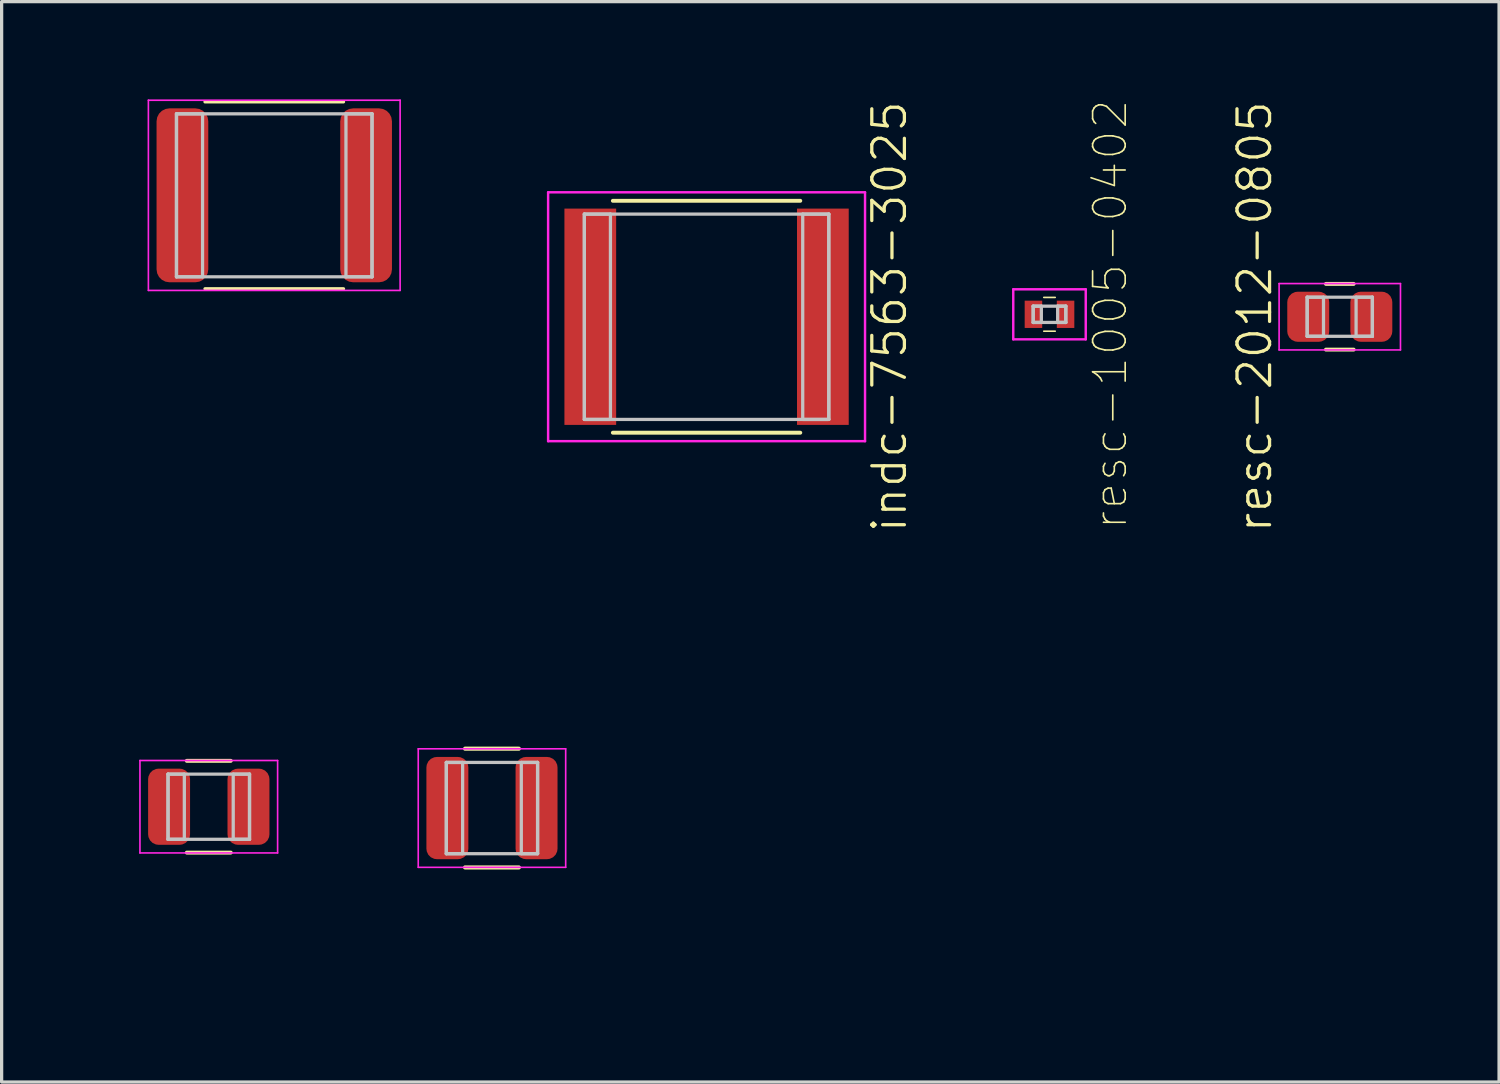
<source format=kicad_pcb>
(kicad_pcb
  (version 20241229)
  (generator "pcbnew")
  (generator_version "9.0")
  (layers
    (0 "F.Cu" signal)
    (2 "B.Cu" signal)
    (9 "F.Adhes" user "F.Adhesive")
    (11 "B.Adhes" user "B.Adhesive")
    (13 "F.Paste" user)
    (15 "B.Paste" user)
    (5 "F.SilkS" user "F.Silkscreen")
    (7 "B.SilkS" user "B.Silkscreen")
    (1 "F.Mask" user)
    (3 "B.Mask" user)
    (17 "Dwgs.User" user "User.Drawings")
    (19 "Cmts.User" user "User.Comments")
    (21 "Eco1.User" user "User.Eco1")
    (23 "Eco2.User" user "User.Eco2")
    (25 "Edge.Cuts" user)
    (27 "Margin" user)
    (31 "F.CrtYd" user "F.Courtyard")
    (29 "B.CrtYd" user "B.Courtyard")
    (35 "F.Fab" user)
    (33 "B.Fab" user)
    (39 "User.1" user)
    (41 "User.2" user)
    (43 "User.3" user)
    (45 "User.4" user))
  (footprint "indc-7563-3025"
    (layer "F.Cu")
    (at 18.63 6.669)
    (property "Reference" "indc-7563-3025" (at 5.612 0 90) (layer "F.SilkS") (effects (font (size 1 1) (thickness 0.1))))
    (attr through_hole)
    (fp_line (start -2.875 -3.558) (end 2.875 -3.558) (stroke (width 0.12) (type solid)) (layer "F.SilkS"))
    (fp_line (start -2.875 3.558) (end 2.875 3.558) (stroke (width 0.12) (type solid)) (layer "F.SilkS"))
    (fp_line (start -3.75 -3.15) (end -3.75 3.15) (stroke (width 0.1) (type solid)) (layer "Dwgs.User"))
    (fp_line (start -3.75 -3.15) (end -3.75 3.15) (stroke (width 0.1) (type solid)) (layer "Dwgs.User"))
    (fp_line (start -3.75 3.15) (end -2.95 3.15) (stroke (width 0.1) (type solid)) (layer "Dwgs.User"))
    (fp_line (start -3.75 3.15) (end 3.75 3.15) (stroke (width 0.1) (type solid)) (layer "Dwgs.User"))
    (fp_line (start -2.95 -3.15) (end -3.75 -3.15) (stroke (width 0.1) (type solid)) (layer "Dwgs.User"))
    (fp_line (start -2.95 3.15) (end -2.95 -3.15) (stroke (width 0.1) (type solid)) (layer "Dwgs.User"))
    (fp_line (start 2.95 -3.15) (end 2.95 3.15) (stroke (width 0.1) (type solid)) (layer "Dwgs.User"))
    (fp_line (start 2.95 3.15) (end 3.75 3.15) (stroke (width 0.1) (type solid)) (layer "Dwgs.User"))
    (fp_line (start 3.75 -3.15) (end -3.75 -3.15) (stroke (width 0.1) (type solid)) (layer "Dwgs.User"))
    (fp_line (start 3.75 -3.15) (end 2.95 -3.15) (stroke (width 0.1) (type solid)) (layer "Dwgs.User"))
    (fp_line (start 3.75 3.15) (end 3.75 -3.15) (stroke (width 0.1) (type solid)) (layer "Dwgs.User"))
    (fp_line (start 3.75 3.15) (end 3.75 -3.15) (stroke (width 0.1) (type solid)) (layer "Dwgs.User"))
    (fp_line (start -4.862 -3.818) (end -4.862 3.818) (stroke (width 0.075) (type solid)) (layer "F.CrtYd"))
    (fp_line (start -4.862 3.818) (end 4.862 3.818) (stroke (width 0.075) (type solid)) (layer "F.CrtYd"))
    (fp_line (start 4.862 -3.818) (end -4.862 -3.818) (stroke (width 0.075) (type solid)) (layer "F.CrtYd"))
    (fp_line (start 4.862 3.818) (end 4.862 -3.818) (stroke (width 0.075) (type solid)) (layer "F.CrtYd"))
    (pad "1" smd rect (at -3.568 0) (size 1.587 6.637) (layers "F.Cu" "F.Mask" "F.Paste"))
    (pad "2" smd rect (at 3.568 0) (size 1.587 6.637) (layers "F.Cu" "F.Mask" "F.Paste")))
  (footprint "resc-2012-0805"
    (layer "F.Cu")
    (at 38.059 6.669)
    (property "Reference" "resc-2012-0805" (at -2.612 0 90) (layer "F.SilkS") (effects (font (size 1 1) (thickness 0.1))))
    (attr through_hole)
    (fp_line (start -0.425 -1.008) (end 0.425 -1.008) (stroke (width 0.12) (type solid)) (layer "F.SilkS"))
    (fp_line (start -0.425 1.008) (end 0.425 1.008) (stroke (width 0.12) (type solid)) (layer "F.SilkS"))
    (fp_line (start -1 -0.6) (end -1 0.6) (stroke (width 0.1) (type solid)) (layer "Dwgs.User"))
    (fp_line (start -1 -0.6) (end -1 0.6) (stroke (width 0.1) (type solid)) (layer "Dwgs.User"))
    (fp_line (start -1 0.6) (end -0.5 0.6) (stroke (width 0.1) (type solid)) (layer "Dwgs.User"))
    (fp_line (start -1 0.6) (end 1 0.6) (stroke (width 0.1) (type solid)) (layer "Dwgs.User"))
    (fp_line (start -0.5 -0.6) (end -1 -0.6) (stroke (width 0.1) (type solid)) (layer "Dwgs.User"))
    (fp_line (start -0.5 0.6) (end -0.5 -0.6) (stroke (width 0.1) (type solid)) (layer "Dwgs.User"))
    (fp_line (start 0.5 -0.6) (end 0.5 0.6) (stroke (width 0.1) (type solid)) (layer "Dwgs.User"))
    (fp_line (start 0.5 0.6) (end 1 0.6) (stroke (width 0.1) (type solid)) (layer "Dwgs.User"))
    (fp_line (start 1 -0.6) (end -1 -0.6) (stroke (width 0.1) (type solid)) (layer "Dwgs.User"))
    (fp_line (start 1 -0.6) (end 0.5 -0.6) (stroke (width 0.1) (type solid)) (layer "Dwgs.User"))
    (fp_line (start 1 0.6) (end 1 -0.6) (stroke (width 0.1) (type solid)) (layer "Dwgs.User"))
    (fp_line (start 1 0.6) (end 1 -0.6) (stroke (width 0.1) (type solid)) (layer "Dwgs.User"))
    (fp_line (start -1.862 -1.018) (end -1.862 1.018) (stroke (width 0.05) (type solid)) (layer "F.CrtYd"))
    (fp_line (start -1.862 1.018) (end 1.862 1.018) (stroke (width 0.05) (type solid)) (layer "F.CrtYd"))
    (fp_line (start 1.862 -1.018) (end -1.862 -1.018) (stroke (width 0.05) (type solid)) (layer "F.CrtYd"))
    (fp_line (start 1.862 1.018) (end 1.862 -1.018) (stroke (width 0.05) (type solid)) (layer "F.CrtYd"))
    (pad "1" smd roundrect (at -0.968 0) (size 1.287 1.537) (layers "F.Cu" "F.Mask" "F.Paste") (roundrect_rratio 0.25))
    (pad "2" smd roundrect (at 0.968 0) (size 1.287 1.537) (layers "F.Cu" "F.Mask" "F.Paste") (roundrect_rratio 0.25)))
  (footprint "resc-2520-1008"
    (layer "F.Cu")
    (at 3.356 21.703)
    (property "Reference" "resc-2520-1008" (at -2.712 0 90) (layer "User.1") (effects (font (size 0.8 0.8) (thickness 0.1))))
    (attr through_hole)
    (fp_line (start -0.675 -1.408) (end 0.675 -1.408) (stroke (width 0.12) (type solid)) (layer "F.SilkS"))
    (fp_line (start -0.675 1.408) (end 0.675 1.408) (stroke (width 0.12) (type solid)) (layer "F.SilkS"))
    (fp_line (start -1.25 -1) (end -1.25 1) (stroke (width 0.1) (type solid)) (layer "Dwgs.User"))
    (fp_line (start -1.25 -1) (end -1.25 1) (stroke (width 0.1) (type solid)) (layer "Dwgs.User"))
    (fp_line (start -1.25 1) (end -0.75 1) (stroke (width 0.1) (type solid)) (layer "Dwgs.User"))
    (fp_line (start -1.25 1) (end 1.25 1) (stroke (width 0.1) (type solid)) (layer "Dwgs.User"))
    (fp_line (start -0.75 -1) (end -1.25 -1) (stroke (width 0.1) (type solid)) (layer "Dwgs.User"))
    (fp_line (start -0.75 1) (end -0.75 -1) (stroke (width 0.1) (type solid)) (layer "Dwgs.User"))
    (fp_line (start 0.75 -1) (end 0.75 1) (stroke (width 0.1) (type solid)) (layer "Dwgs.User"))
    (fp_line (start 0.75 1) (end 1.25 1) (stroke (width 0.1) (type solid)) (layer "Dwgs.User"))
    (fp_line (start 1.25 -1) (end -1.25 -1) (stroke (width 0.1) (type solid)) (layer "Dwgs.User"))
    (fp_line (start 1.25 -1) (end 0.75 -1) (stroke (width 0.1) (type solid)) (layer "Dwgs.User"))
    (fp_line (start 1.25 1) (end 1.25 -1) (stroke (width 0.1) (type solid)) (layer "Dwgs.User"))
    (fp_line (start 1.25 1) (end 1.25 -1) (stroke (width 0.1) (type solid)) (layer "Dwgs.User"))
    (fp_line (start -2.112 -1.418) (end -2.112 1.418) (stroke (width 0.05) (type solid)) (layer "F.CrtYd"))
    (fp_line (start -2.112 1.418) (end 2.112 1.418) (stroke (width 0.05) (type solid)) (layer "F.CrtYd"))
    (fp_line (start 2.112 -1.418) (end -2.112 -1.418) (stroke (width 0.05) (type solid)) (layer "F.CrtYd"))
    (fp_line (start 2.112 1.418) (end 2.112 -1.418) (stroke (width 0.05) (type solid)) (layer "F.CrtYd"))
    (pad "1" smd roundrect (at -1.218 0) (size 1.287 2.337) (layers "F.Cu" "F.Mask" "F.Paste") (roundrect_rratio 0.25))
    (pad "2" smd roundrect (at 1.218 0) (size 1.287 2.337) (layers "F.Cu" "F.Mask" "F.Paste") (roundrect_rratio 0.25)))
  (footprint "resc-2828-1111"
    (layer "F.Cu")
    (at 12.045 21.744)
    (property "Reference" "resc-2828-1111" (at -2.862 0 90) (layer "User.1") (effects (font (size 0.8 0.8) (thickness 0.127))))
    (attr through_hole)
    (fp_line (start -0.825 -1.822) (end 0.825 -1.822) (stroke (width 0.127) (type solid)) (layer "F.SilkS"))
    (fp_line (start -0.825 1.822) (end 0.825 1.822) (stroke (width 0.127) (type solid)) (layer "F.SilkS"))
    (fp_line (start -1.4 -1.4) (end -1.4 1.4) (stroke (width 0.1) (type solid)) (layer "Dwgs.User"))
    (fp_line (start -1.4 -1.4) (end -1.4 1.4) (stroke (width 0.1) (type solid)) (layer "Dwgs.User"))
    (fp_line (start -1.4 1.4) (end -0.9 1.4) (stroke (width 0.1) (type solid)) (layer "Dwgs.User"))
    (fp_line (start -1.4 1.4) (end 1.4 1.4) (stroke (width 0.1) (type solid)) (layer "Dwgs.User"))
    (fp_line (start -0.9 -1.4) (end -1.4 -1.4) (stroke (width 0.1) (type solid)) (layer "Dwgs.User"))
    (fp_line (start -0.9 1.4) (end -0.9 -1.4) (stroke (width 0.1) (type solid)) (layer "Dwgs.User"))
    (fp_line (start 0.9 -1.4) (end 0.9 1.4) (stroke (width 0.1) (type solid)) (layer "Dwgs.User"))
    (fp_line (start 0.9 1.4) (end 1.4 1.4) (stroke (width 0.1) (type solid)) (layer "Dwgs.User"))
    (fp_line (start 1.4 -1.4) (end -1.4 -1.4) (stroke (width 0.1) (type solid)) (layer "Dwgs.User"))
    (fp_line (start 1.4 -1.4) (end 0.9 -1.4) (stroke (width 0.1) (type solid)) (layer "Dwgs.User"))
    (fp_line (start 1.4 1.4) (end 1.4 -1.4) (stroke (width 0.1) (type solid)) (layer "Dwgs.User"))
    (fp_line (start 1.4 1.4) (end 1.4 -1.4) (stroke (width 0.1) (type solid)) (layer "Dwgs.User"))
    (fp_line (start -2.262 -1.818) (end -2.262 1.818) (stroke (width 0.05) (type solid)) (layer "F.CrtYd"))
    (fp_line (start -2.262 1.818) (end 2.262 1.818) (stroke (width 0.05) (type solid)) (layer "F.CrtYd"))
    (fp_line (start 2.262 -1.818) (end -2.262 -1.818) (stroke (width 0.05) (type solid)) (layer "F.CrtYd"))
    (fp_line (start 2.262 1.818) (end 2.262 -1.818) (stroke (width 0.05) (type solid)) (layer "F.CrtYd"))
    (pad "1" smd roundrect (at -1.368 0) (size 1.287 3.137) (layers "F.Cu" "F.Mask" "F.Paste") (roundrect_rratio 0.25))
    (pad "2" smd roundrect (at 1.368 0) (size 1.287 3.137) (layers "F.Cu" "F.Mask" "F.Paste") (roundrect_rratio 0.25)))
  (footprint "indc-6050-2420"
    (layer "F.Cu")
    (at 5.365 2.943)
    (property "Reference" "indc-6050-2420" (at 0 0 0) (layer "User.1") (effects (font (size 0.8 0.8) (thickness 0.1))))
    (attr through_hole)
    (fp_line (start -2.125 -2.868) (end 2.125 -2.868) (stroke (width 0.1) (type solid)) (layer "F.SilkS"))
    (fp_line (start -2.125 2.868) (end 2.125 2.868) (stroke (width 0.1) (type solid)) (layer "F.SilkS"))
    (fp_line (start -3 -2.5) (end -3 2.5) (stroke (width 0.1) (type solid)) (layer "Dwgs.User"))
    (fp_line (start -3 -2.5) (end -3 2.5) (stroke (width 0.1) (type solid)) (layer "Dwgs.User"))
    (fp_line (start -3 2.5) (end -2.2 2.5) (stroke (width 0.1) (type solid)) (layer "Dwgs.User"))
    (fp_line (start -3 2.5) (end 3 2.5) (stroke (width 0.1) (type solid)) (layer "Dwgs.User"))
    (fp_line (start -2.2 -2.5) (end -3 -2.5) (stroke (width 0.1) (type solid)) (layer "Dwgs.User"))
    (fp_line (start -2.2 2.5) (end -2.2 -2.5) (stroke (width 0.1) (type solid)) (layer "Dwgs.User"))
    (fp_line (start 2.2 -2.5) (end 2.2 2.5) (stroke (width 0.1) (type solid)) (layer "Dwgs.User"))
    (fp_line (start 2.2 2.5) (end 3 2.5) (stroke (width 0.1) (type solid)) (layer "Dwgs.User"))
    (fp_line (start 3 -2.5) (end -3 -2.5) (stroke (width 0.1) (type solid)) (layer "Dwgs.User"))
    (fp_line (start 3 -2.5) (end 2.2 -2.5) (stroke (width 0.1) (type solid)) (layer "Dwgs.User"))
    (fp_line (start 3 2.5) (end 3 -2.5) (stroke (width 0.1) (type solid)) (layer "Dwgs.User"))
    (fp_line (start 3 2.5) (end 3 -2.5) (stroke (width 0.1) (type solid)) (layer "Dwgs.User"))
    (fp_line (start -3.862 -2.918) (end -3.862 2.918) (stroke (width 0.05) (type solid)) (layer "F.CrtYd"))
    (fp_line (start -3.862 2.918) (end 3.862 2.918) (stroke (width 0.05) (type solid)) (layer "F.CrtYd"))
    (fp_line (start 3.862 -2.918) (end -3.862 -2.918) (stroke (width 0.05) (type solid)) (layer "F.CrtYd"))
    (fp_line (start 3.862 2.918) (end 3.862 -2.918) (stroke (width 0.05) (type solid)) (layer "F.CrtYd"))
    (pad "1" smd roundrect (at -2.818 0) (size 1.587 5.337) (layers "F.Cu" "F.Mask" "F.Paste") (roundrect_rratio 0.25))
    (pad "2" smd roundrect (at 2.818 0) (size 1.587 5.337) (layers "F.Cu" "F.Mask" "F.Paste") (roundrect_rratio 0.25)))
  (footprint "resc-1005-0402"
    (layer "F.Cu")
    (at 29.152 6.594)
    (property "Reference" "resc-1005-0402" (at 1.862 0 90) (layer "F.SilkS") (effects (font (size 1 1) (thickness 0.05))))
    (attr through_hole)
    (fp_line (start -0.175 -0.518) (end 0.175 -0.518) (stroke (width 0.05) (type solid)) (layer "F.SilkS"))
    (fp_line (start -0.175 0.518) (end 0.175 0.518) (stroke (width 0.05) (type solid)) (layer "F.SilkS"))
    (fp_line (start -0.5 -0.25) (end -0.5 0.25) (stroke (width 0.1) (type solid)) (layer "Dwgs.User"))
    (fp_line (start -0.5 -0.25) (end -0.5 0.25) (stroke (width 0.1) (type solid)) (layer "Dwgs.User"))
    (fp_line (start -0.5 0.25) (end -0.25 0.25) (stroke (width 0.1) (type solid)) (layer "Dwgs.User"))
    (fp_line (start -0.5 0.25) (end 0.5 0.25) (stroke (width 0.1) (type solid)) (layer "Dwgs.User"))
    (fp_line (start -0.25 -0.25) (end -0.5 -0.25) (stroke (width 0.1) (type solid)) (layer "Dwgs.User"))
    (fp_line (start -0.25 0.25) (end -0.25 -0.25) (stroke (width 0.1) (type solid)) (layer "Dwgs.User"))
    (fp_line (start 0.25 -0.25) (end 0.25 0.25) (stroke (width 0.1) (type solid)) (layer "Dwgs.User"))
    (fp_line (start 0.25 0.25) (end 0.5 0.25) (stroke (width 0.1) (type solid)) (layer "Dwgs.User"))
    (fp_line (start 0.5 -0.25) (end -0.5 -0.25) (stroke (width 0.1) (type solid)) (layer "Dwgs.User"))
    (fp_line (start 0.5 -0.25) (end 0.25 -0.25) (stroke (width 0.1) (type solid)) (layer "Dwgs.User"))
    (fp_line (start 0.5 0.25) (end 0.5 -0.25) (stroke (width 0.1) (type solid)) (layer "Dwgs.User"))
    (fp_line (start 0.5 0.25) (end 0.5 -0.25) (stroke (width 0.1) (type solid)) (layer "Dwgs.User"))
    (fp_line (start -1.112 -0.768) (end -1.112 0.768) (stroke (width 0.075) (type solid)) (layer "F.CrtYd"))
    (fp_line (start -1.112 0.768) (end 1.112 0.768) (stroke (width 0.075) (type solid)) (layer "F.CrtYd"))
    (fp_line (start 1.112 -0.768) (end -1.112 -0.768) (stroke (width 0.075) (type solid)) (layer "F.CrtYd"))
    (fp_line (start 1.112 0.768) (end 1.112 -0.768) (stroke (width 0.075) (type solid)) (layer "F.CrtYd"))
    (pad "1" smd rect (at -0.493 0) (size 0.537 0.837) (layers "F.Cu" "F.Mask" "F.Paste"))
    (pad "2" smd rect (at 0.493 0) (size 0.537 0.837) (layers "F.Cu" "F.Mask" "F.Paste")))
  (gr_rect
    (start -3 -3)
    (end 42.946 30.15)
    (stroke (width 0.1) (type default))
    (fill no)
    (layer "Edge.Cuts")))
</source>
